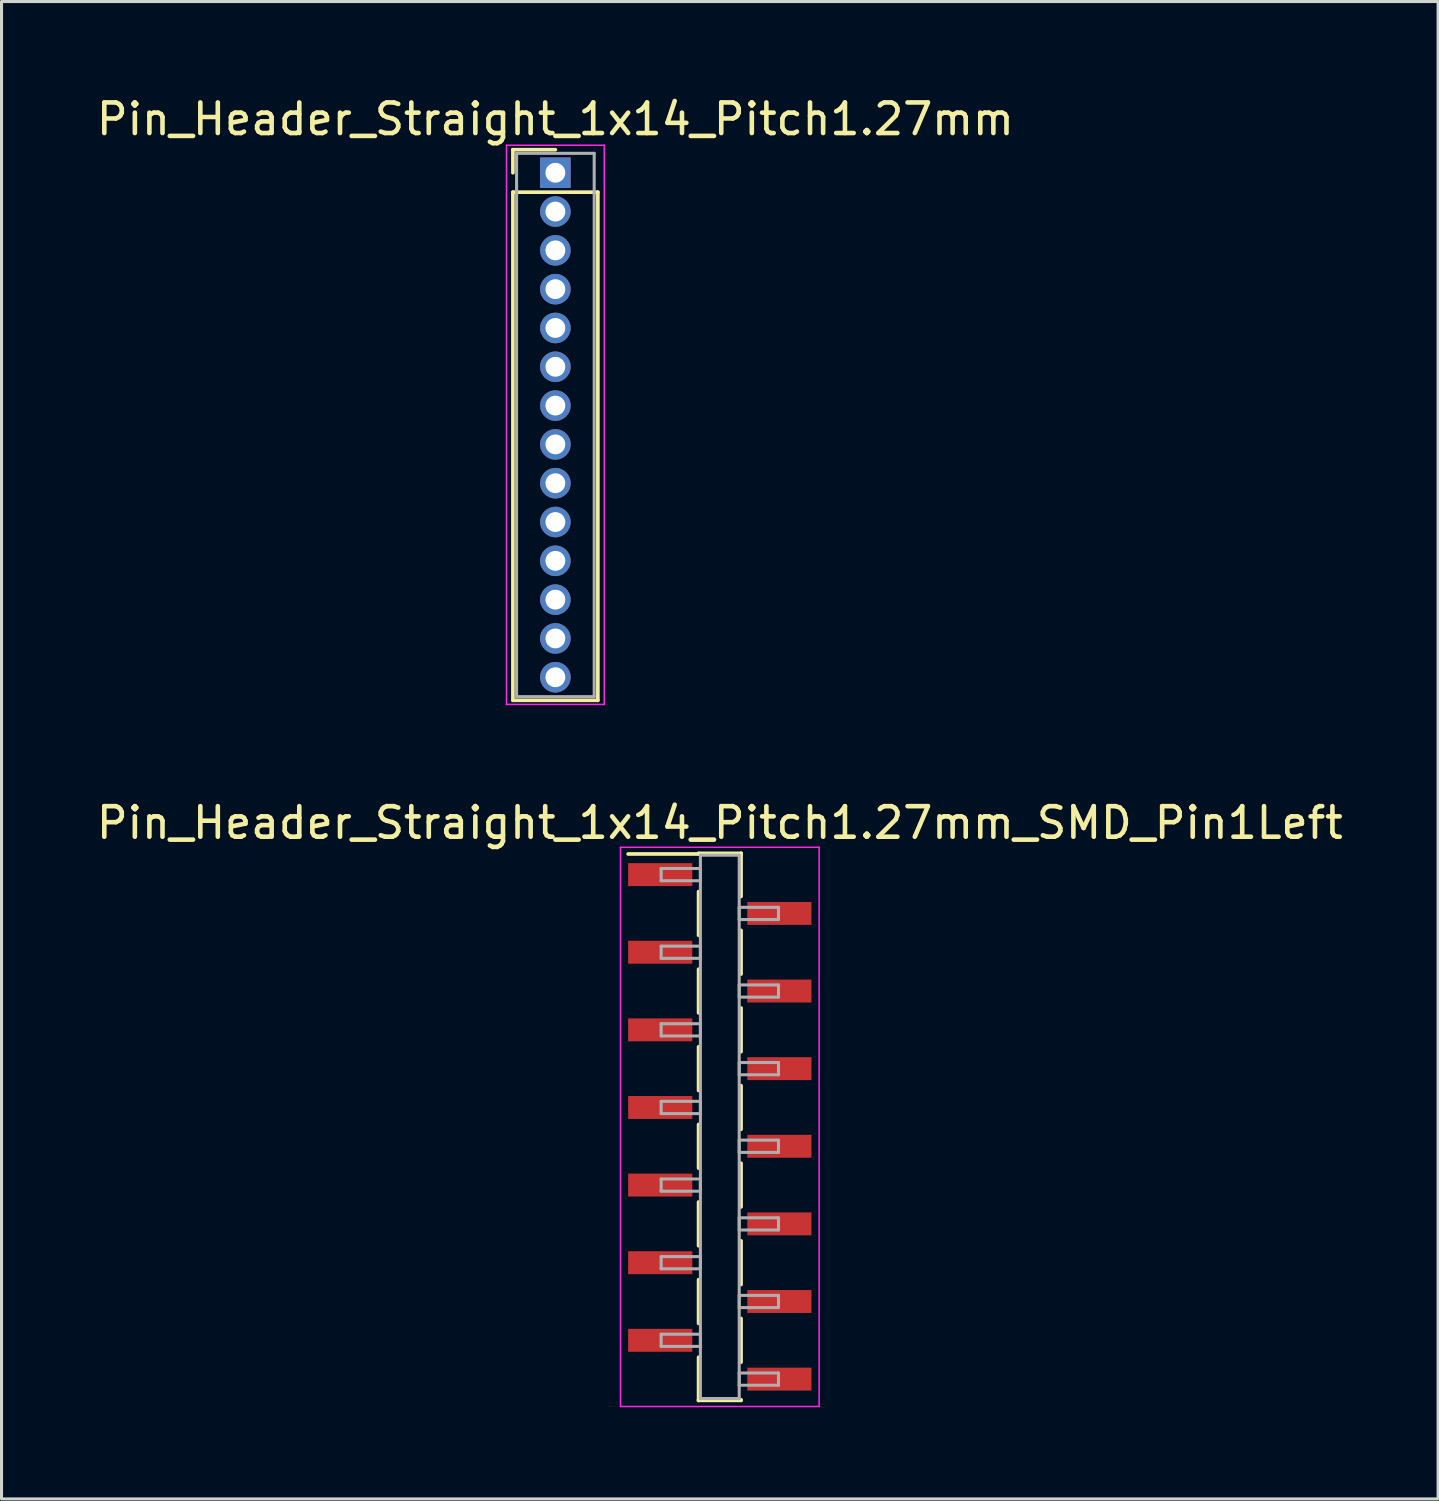
<source format=kicad_pcb>
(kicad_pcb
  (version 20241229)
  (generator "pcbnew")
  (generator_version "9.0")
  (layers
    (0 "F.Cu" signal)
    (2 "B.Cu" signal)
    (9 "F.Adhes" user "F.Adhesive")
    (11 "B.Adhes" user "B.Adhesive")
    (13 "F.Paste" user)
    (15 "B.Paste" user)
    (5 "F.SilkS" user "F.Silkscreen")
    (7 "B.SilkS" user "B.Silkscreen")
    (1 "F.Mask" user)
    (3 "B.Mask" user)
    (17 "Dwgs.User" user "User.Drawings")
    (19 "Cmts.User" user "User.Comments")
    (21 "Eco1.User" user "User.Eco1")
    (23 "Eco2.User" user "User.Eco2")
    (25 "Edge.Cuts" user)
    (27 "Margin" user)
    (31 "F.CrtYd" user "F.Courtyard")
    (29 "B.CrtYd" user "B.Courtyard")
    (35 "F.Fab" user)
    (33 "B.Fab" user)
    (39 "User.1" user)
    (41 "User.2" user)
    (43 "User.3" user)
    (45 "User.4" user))
  (footprint "Pin_Header_Straight_1x14_Pitch1.27mm_SMD_Pin1Left"
    (layer "F.Cu")
    (at 20.506 33.827)
    (property "Reference" "Pin_Header_Straight_1x14_Pitch1.27mm_SMD_Pin1Left" (at 0 -9.95 0) (layer "F.SilkS") (effects (font (size 1 1) (thickness 0.15))))
    (attr smd)
    (fp_line (start -0.695 -8.95) (end 0.695 -8.95) (stroke (width 0.12) (type solid)) (layer "F.SilkS"))
    (fp_line (start -0.695 -8.93) (end -3 -8.93) (stroke (width 0.12) (type solid)) (layer "F.SilkS"))
    (fp_line (start -0.695 -8.93) (end -0.695 -8.95) (stroke (width 0.12) (type solid)) (layer "F.SilkS"))
    (fp_line (start -0.695 -7.7) (end -0.695 -6.27) (stroke (width 0.12) (type solid)) (layer "F.SilkS"))
    (fp_line (start -0.695 -5.16) (end -0.695 -3.73) (stroke (width 0.12) (type solid)) (layer "F.SilkS"))
    (fp_line (start -0.695 -2.62) (end -0.695 -1.19) (stroke (width 0.12) (type solid)) (layer "F.SilkS"))
    (fp_line (start -0.695 -0.08) (end -0.695 1.35) (stroke (width 0.12) (type solid)) (layer "F.SilkS"))
    (fp_line (start -0.695 2.46) (end -0.695 3.89) (stroke (width 0.12) (type solid)) (layer "F.SilkS"))
    (fp_line (start -0.695 5) (end -0.695 6.43) (stroke (width 0.12) (type solid)) (layer "F.SilkS"))
    (fp_line (start -0.695 7.54) (end -0.695 8.95) (stroke (width 0.12) (type solid)) (layer "F.SilkS"))
    (fp_line (start -0.695 8.93) (end -0.695 8.95) (stroke (width 0.12) (type solid)) (layer "F.SilkS"))
    (fp_line (start -0.695 8.95) (end 0.695 8.95) (stroke (width 0.12) (type solid)) (layer "F.SilkS"))
    (fp_line (start 0.695 -8.95) (end 0.695 -8.93) (stroke (width 0.12) (type solid)) (layer "F.SilkS"))
    (fp_line (start 0.695 -8.95) (end 0.695 -7.54) (stroke (width 0.12) (type solid)) (layer "F.SilkS"))
    (fp_line (start 0.695 -6.43) (end 0.695 -5) (stroke (width 0.12) (type solid)) (layer "F.SilkS"))
    (fp_line (start 0.695 -3.89) (end 0.695 -2.46) (stroke (width 0.12) (type solid)) (layer "F.SilkS"))
    (fp_line (start 0.695 -1.35) (end 0.695 0.08) (stroke (width 0.12) (type solid)) (layer "F.SilkS"))
    (fp_line (start 0.695 1.19) (end 0.695 2.62) (stroke (width 0.12) (type solid)) (layer "F.SilkS"))
    (fp_line (start 0.695 3.73) (end 0.695 5.16) (stroke (width 0.12) (type solid)) (layer "F.SilkS"))
    (fp_line (start 0.695 6.27) (end 0.695 7.7) (stroke (width 0.12) (type solid)) (layer "F.SilkS"))
    (fp_line (start 0.695 8.95) (end 0.695 8.93) (stroke (width 0.12) (type solid)) (layer "F.SilkS"))
    (fp_line (start -3.25 -9.15) (end -3.25 9.15) (stroke (width 0.05) (type solid)) (layer "F.CrtYd"))
    (fp_line (start -3.25 9.15) (end 3.25 9.15) (stroke (width 0.05) (type solid)) (layer "F.CrtYd"))
    (fp_line (start 3.25 -9.15) (end -3.25 -9.15) (stroke (width 0.05) (type solid)) (layer "F.CrtYd"))
    (fp_line (start 3.25 9.15) (end 3.25 -9.15) (stroke (width 0.05) (type solid)) (layer "F.CrtYd"))
    (fp_line (start -1.92 -8.455) (end -0.635 -8.455) (stroke (width 0.1) (type solid)) (layer "F.Fab"))
    (fp_line (start -1.92 -8.055) (end -1.92 -8.455) (stroke (width 0.1) (type solid)) (layer "F.Fab"))
    (fp_line (start -1.92 -5.915) (end -0.635 -5.915) (stroke (width 0.1) (type solid)) (layer "F.Fab"))
    (fp_line (start -1.92 -5.515) (end -1.92 -5.915) (stroke (width 0.1) (type solid)) (layer "F.Fab"))
    (fp_line (start -1.92 -3.375) (end -0.635 -3.375) (stroke (width 0.1) (type solid)) (layer "F.Fab"))
    (fp_line (start -1.92 -2.975) (end -1.92 -3.375) (stroke (width 0.1) (type solid)) (layer "F.Fab"))
    (fp_line (start -1.92 -0.835) (end -0.635 -0.835) (stroke (width 0.1) (type solid)) (layer "F.Fab"))
    (fp_line (start -1.92 -0.435) (end -1.92 -0.835) (stroke (width 0.1) (type solid)) (layer "F.Fab"))
    (fp_line (start -1.92 1.705) (end -0.635 1.705) (stroke (width 0.1) (type solid)) (layer "F.Fab"))
    (fp_line (start -1.92 2.105) (end -1.92 1.705) (stroke (width 0.1) (type solid)) (layer "F.Fab"))
    (fp_line (start -1.92 4.245) (end -0.635 4.245) (stroke (width 0.1) (type solid)) (layer "F.Fab"))
    (fp_line (start -1.92 4.645) (end -1.92 4.245) (stroke (width 0.1) (type solid)) (layer "F.Fab"))
    (fp_line (start -1.92 6.785) (end -0.635 6.785) (stroke (width 0.1) (type solid)) (layer "F.Fab"))
    (fp_line (start -1.92 7.185) (end -1.92 6.785) (stroke (width 0.1) (type solid)) (layer "F.Fab"))
    (fp_line (start -0.635 -8.89) (end -0.635 8.89) (stroke (width 0.1) (type solid)) (layer "F.Fab"))
    (fp_line (start -0.635 -8.455) (end -0.635 -8.055) (stroke (width 0.1) (type solid)) (layer "F.Fab"))
    (fp_line (start -0.635 -8.055) (end -1.92 -8.055) (stroke (width 0.1) (type solid)) (layer "F.Fab"))
    (fp_line (start -0.635 -5.915) (end -0.635 -5.515) (stroke (width 0.1) (type solid)) (layer "F.Fab"))
    (fp_line (start -0.635 -5.515) (end -1.92 -5.515) (stroke (width 0.1) (type solid)) (layer "F.Fab"))
    (fp_line (start -0.635 -3.375) (end -0.635 -2.975) (stroke (width 0.1) (type solid)) (layer "F.Fab"))
    (fp_line (start -0.635 -2.975) (end -1.92 -2.975) (stroke (width 0.1) (type solid)) (layer "F.Fab"))
    (fp_line (start -0.635 -0.835) (end -0.635 -0.435) (stroke (width 0.1) (type solid)) (layer "F.Fab"))
    (fp_line (start -0.635 -0.435) (end -1.92 -0.435) (stroke (width 0.1) (type solid)) (layer "F.Fab"))
    (fp_line (start -0.635 1.705) (end -0.635 2.105) (stroke (width 0.1) (type solid)) (layer "F.Fab"))
    (fp_line (start -0.635 2.105) (end -1.92 2.105) (stroke (width 0.1) (type solid)) (layer "F.Fab"))
    (fp_line (start -0.635 4.245) (end -0.635 4.645) (stroke (width 0.1) (type solid)) (layer "F.Fab"))
    (fp_line (start -0.635 4.645) (end -1.92 4.645) (stroke (width 0.1) (type solid)) (layer "F.Fab"))
    (fp_line (start -0.635 6.785) (end -0.635 7.185) (stroke (width 0.1) (type solid)) (layer "F.Fab"))
    (fp_line (start -0.635 7.185) (end -1.92 7.185) (stroke (width 0.1) (type solid)) (layer "F.Fab"))
    (fp_line (start -0.635 8.89) (end 0.635 8.89) (stroke (width 0.1) (type solid)) (layer "F.Fab"))
    (fp_line (start 0.635 -8.89) (end -0.635 -8.89) (stroke (width 0.1) (type solid)) (layer "F.Fab"))
    (fp_line (start 0.635 -7.185) (end 0.635 -6.785) (stroke (width 0.1) (type solid)) (layer "F.Fab"))
    (fp_line (start 0.635 -6.785) (end 1.92 -6.785) (stroke (width 0.1) (type solid)) (layer "F.Fab"))
    (fp_line (start 0.635 -4.645) (end 0.635 -4.245) (stroke (width 0.1) (type solid)) (layer "F.Fab"))
    (fp_line (start 0.635 -4.245) (end 1.92 -4.245) (stroke (width 0.1) (type solid)) (layer "F.Fab"))
    (fp_line (start 0.635 -2.105) (end 0.635 -1.705) (stroke (width 0.1) (type solid)) (layer "F.Fab"))
    (fp_line (start 0.635 -1.705) (end 1.92 -1.705) (stroke (width 0.1) (type solid)) (layer "F.Fab"))
    (fp_line (start 0.635 0.435) (end 0.635 0.835) (stroke (width 0.1) (type solid)) (layer "F.Fab"))
    (fp_line (start 0.635 0.835) (end 1.92 0.835) (stroke (width 0.1) (type solid)) (layer "F.Fab"))
    (fp_line (start 0.635 2.975) (end 0.635 3.375) (stroke (width 0.1) (type solid)) (layer "F.Fab"))
    (fp_line (start 0.635 3.375) (end 1.92 3.375) (stroke (width 0.1) (type solid)) (layer "F.Fab"))
    (fp_line (start 0.635 5.515) (end 0.635 5.915) (stroke (width 0.1) (type solid)) (layer "F.Fab"))
    (fp_line (start 0.635 5.915) (end 1.92 5.915) (stroke (width 0.1) (type solid)) (layer "F.Fab"))
    (fp_line (start 0.635 8.055) (end 0.635 8.455) (stroke (width 0.1) (type solid)) (layer "F.Fab"))
    (fp_line (start 0.635 8.455) (end 1.92 8.455) (stroke (width 0.1) (type solid)) (layer "F.Fab"))
    (fp_line (start 0.635 8.89) (end 0.635 -8.89) (stroke (width 0.1) (type solid)) (layer "F.Fab"))
    (fp_line (start 1.92 -7.185) (end 0.635 -7.185) (stroke (width 0.1) (type solid)) (layer "F.Fab"))
    (fp_line (start 1.92 -6.785) (end 1.92 -7.185) (stroke (width 0.1) (type solid)) (layer "F.Fab"))
    (fp_line (start 1.92 -4.645) (end 0.635 -4.645) (stroke (width 0.1) (type solid)) (layer "F.Fab"))
    (fp_line (start 1.92 -4.245) (end 1.92 -4.645) (stroke (width 0.1) (type solid)) (layer "F.Fab"))
    (fp_line (start 1.92 -2.105) (end 0.635 -2.105) (stroke (width 0.1) (type solid)) (layer "F.Fab"))
    (fp_line (start 1.92 -1.705) (end 1.92 -2.105) (stroke (width 0.1) (type solid)) (layer "F.Fab"))
    (fp_line (start 1.92 0.435) (end 0.635 0.435) (stroke (width 0.1) (type solid)) (layer "F.Fab"))
    (fp_line (start 1.92 0.835) (end 1.92 0.435) (stroke (width 0.1) (type solid)) (layer "F.Fab"))
    (fp_line (start 1.92 2.975) (end 0.635 2.975) (stroke (width 0.1) (type solid)) (layer "F.Fab"))
    (fp_line (start 1.92 3.375) (end 1.92 2.975) (stroke (width 0.1) (type solid)) (layer "F.Fab"))
    (fp_line (start 1.92 5.515) (end 0.635 5.515) (stroke (width 0.1) (type solid)) (layer "F.Fab"))
    (fp_line (start 1.92 5.915) (end 1.92 5.515) (stroke (width 0.1) (type solid)) (layer "F.Fab"))
    (fp_line (start 1.92 8.055) (end 0.635 8.055) (stroke (width 0.1) (type solid)) (layer "F.Fab"))
    (fp_line (start 1.92 8.455) (end 1.92 8.055) (stroke (width 0.1) (type solid)) (layer "F.Fab"))
    (pad "1" smd rect (at -1.95 -8.255) (size 2.1 0.75) (layers "F.Cu" "F.Mask"))
    (pad "2" smd rect (at 1.95 -6.985) (size 2.1 0.75) (layers "F.Cu" "F.Mask"))
    (pad "3" smd rect (at -1.95 -5.715) (size 2.1 0.75) (layers "F.Cu" "F.Mask"))
    (pad "4" smd rect (at 1.95 -4.445) (size 2.1 0.75) (layers "F.Cu" "F.Mask"))
    (pad "5" smd rect (at -1.95 -3.175) (size 2.1 0.75) (layers "F.Cu" "F.Mask"))
    (pad "6" smd rect (at 1.95 -1.905) (size 2.1 0.75) (layers "F.Cu" "F.Mask"))
    (pad "7" smd rect (at -1.95 -0.635) (size 2.1 0.75) (layers "F.Cu" "F.Mask"))
    (pad "8" smd rect (at 1.95 0.635) (size 2.1 0.75) (layers "F.Cu" "F.Mask"))
    (pad "9" smd rect (at -1.95 1.905) (size 2.1 0.75) (layers "F.Cu" "F.Mask"))
    (pad "10" smd rect (at 1.95 3.175) (size 2.1 0.75) (layers "F.Cu" "F.Mask"))
    (pad "11" smd rect (at -1.95 4.445) (size 2.1 0.75) (layers "F.Cu" "F.Mask"))
    (pad "12" smd rect (at 1.95 5.715) (size 2.1 0.75) (layers "F.Cu" "F.Mask"))
    (pad "13" smd rect (at -1.95 6.985) (size 2.1 0.75) (layers "F.Cu" "F.Mask"))
    (pad "14" smd rect (at 1.95 8.255) (size 2.1 0.75) (layers "F.Cu" "F.Mask")))
  (footprint "Pin_Header_Straight_1x14_Pitch1.27mm"
    (layer "F.Cu")
    (at 15.125 2.603)
    (property "Reference" "Pin_Header_Straight_1x14_Pitch1.27mm" (at 0 -1.755 0) (layer "F.SilkS") (effects (font (size 1 1) (thickness 0.15))))
    (attr through_hole)
    (fp_line (start -1.39 -0.755) (end 0 -0.755) (stroke (width 0.12) (type solid)) (layer "F.SilkS"))
    (fp_line (start -1.39 0) (end -1.39 -0.755) (stroke (width 0.12) (type solid)) (layer "F.SilkS"))
    (fp_line (start -1.39 0.635) (end -1.39 17.265) (stroke (width 0.12) (type solid)) (layer "F.SilkS"))
    (fp_line (start -1.39 17.265) (end 1.39 17.265) (stroke (width 0.12) (type solid)) (layer "F.SilkS"))
    (fp_line (start 1.39 0.635) (end -1.39 0.635) (stroke (width 0.12) (type solid)) (layer "F.SilkS"))
    (fp_line (start 1.39 17.265) (end 1.39 0.635) (stroke (width 0.12) (type solid)) (layer "F.SilkS"))
    (fp_line (start -1.6 -0.9) (end -1.6 17.4) (stroke (width 0.05) (type solid)) (layer "F.CrtYd"))
    (fp_line (start -1.6 17.4) (end 1.6 17.4) (stroke (width 0.05) (type solid)) (layer "F.CrtYd"))
    (fp_line (start 1.6 -0.9) (end -1.6 -0.9) (stroke (width 0.05) (type solid)) (layer "F.CrtYd"))
    (fp_line (start 1.6 17.4) (end 1.6 -0.9) (stroke (width 0.05) (type solid)) (layer "F.CrtYd"))
    (fp_line (start -1.27 -0.635) (end -1.27 17.145) (stroke (width 0.1) (type solid)) (layer "F.Fab"))
    (fp_line (start -1.27 17.145) (end 1.27 17.145) (stroke (width 0.1) (type solid)) (layer "F.Fab"))
    (fp_line (start 1.27 -0.635) (end -1.27 -0.635) (stroke (width 0.1) (type solid)) (layer "F.Fab"))
    (fp_line (start 1.27 17.145) (end 1.27 -0.635) (stroke (width 0.1) (type solid)) (layer "F.Fab"))
    (pad "1" thru_hole rect (at 0 0) (size 1 1) (drill 0.65) (layers "*.Cu" "*.Mask"))
    (pad "2" thru_hole oval (at 0 1.27) (size 1 1) (drill 0.65) (layers "*.Cu" "*.Mask"))
    (pad "3" thru_hole oval (at 0 2.54) (size 1 1) (drill 0.65) (layers "*.Cu" "*.Mask"))
    (pad "4" thru_hole oval (at 0 3.81) (size 1 1) (drill 0.65) (layers "*.Cu" "*.Mask"))
    (pad "5" thru_hole oval (at 0 5.08) (size 1 1) (drill 0.65) (layers "*.Cu" "*.Mask"))
    (pad "6" thru_hole oval (at 0 6.35) (size 1 1) (drill 0.65) (layers "*.Cu" "*.Mask"))
    (pad "7" thru_hole oval (at 0 7.62) (size 1 1) (drill 0.65) (layers "*.Cu" "*.Mask"))
    (pad "8" thru_hole oval (at 0 8.89) (size 1 1) (drill 0.65) (layers "*.Cu" "*.Mask"))
    (pad "9" thru_hole oval (at 0 10.16) (size 1 1) (drill 0.65) (layers "*.Cu" "*.Mask"))
    (pad "10" thru_hole oval (at 0 11.43) (size 1 1) (drill 0.65) (layers "*.Cu" "*.Mask"))
    (pad "11" thru_hole oval (at 0 12.7) (size 1 1) (drill 0.65) (layers "*.Cu" "*.Mask"))
    (pad "12" thru_hole oval (at 0 13.97) (size 1 1) (drill 0.65) (layers "*.Cu" "*.Mask"))
    (pad "13" thru_hole oval (at 0 15.24) (size 1 1) (drill 0.65) (layers "*.Cu" "*.Mask"))
    (pad "14" thru_hole oval (at 0 16.51) (size 1 1) (drill 0.65) (layers "*.Cu" "*.Mask")))
  (gr_rect
    (start -3 -3)
    (end 44.012 46.002)
    (stroke (width 0.1) (type default))
    (fill no)
    (layer "Edge.Cuts")))
</source>
